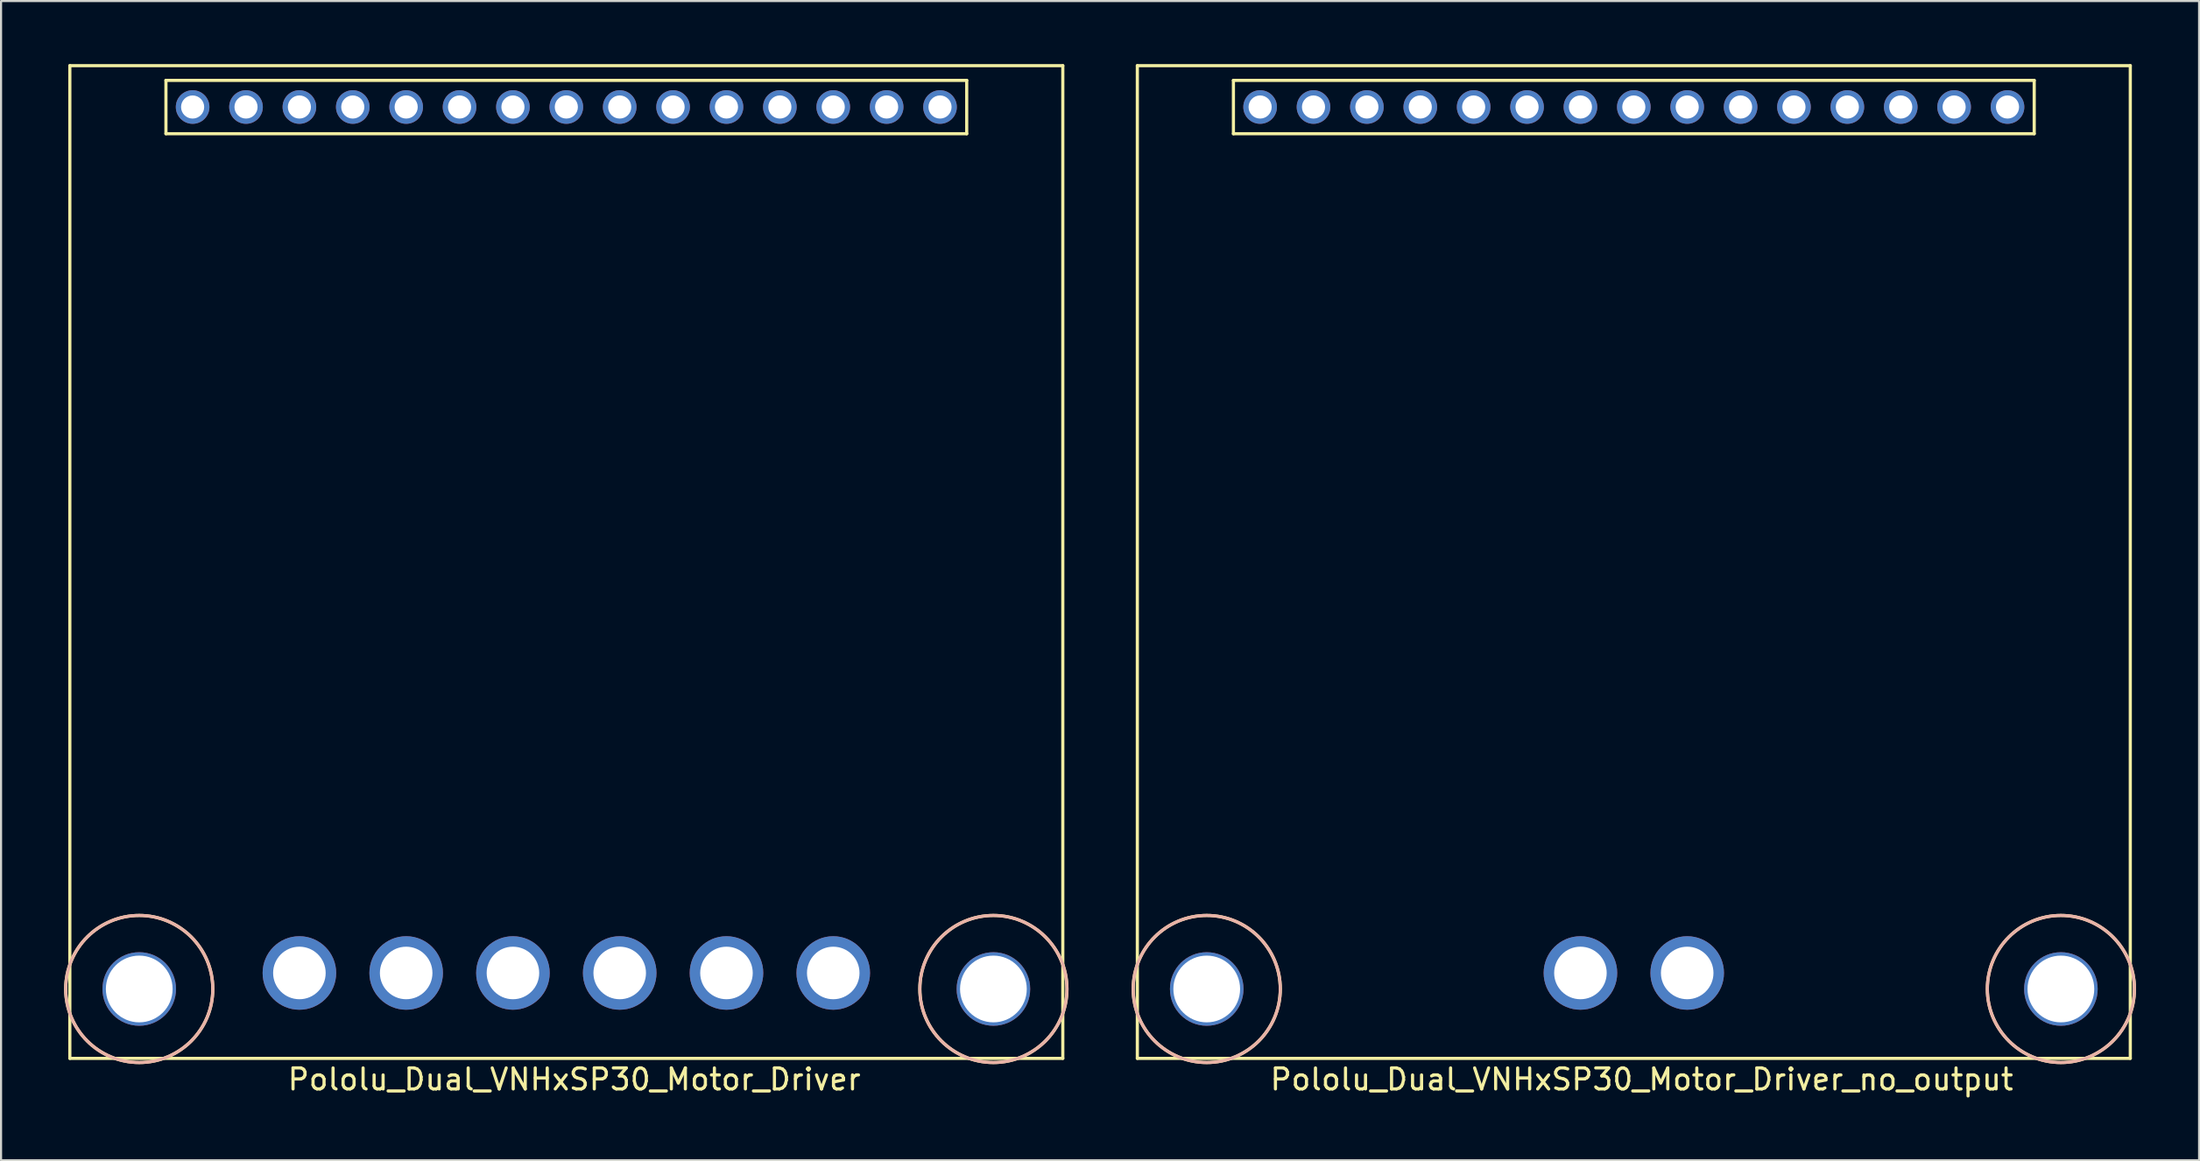
<source format=kicad_pcb>
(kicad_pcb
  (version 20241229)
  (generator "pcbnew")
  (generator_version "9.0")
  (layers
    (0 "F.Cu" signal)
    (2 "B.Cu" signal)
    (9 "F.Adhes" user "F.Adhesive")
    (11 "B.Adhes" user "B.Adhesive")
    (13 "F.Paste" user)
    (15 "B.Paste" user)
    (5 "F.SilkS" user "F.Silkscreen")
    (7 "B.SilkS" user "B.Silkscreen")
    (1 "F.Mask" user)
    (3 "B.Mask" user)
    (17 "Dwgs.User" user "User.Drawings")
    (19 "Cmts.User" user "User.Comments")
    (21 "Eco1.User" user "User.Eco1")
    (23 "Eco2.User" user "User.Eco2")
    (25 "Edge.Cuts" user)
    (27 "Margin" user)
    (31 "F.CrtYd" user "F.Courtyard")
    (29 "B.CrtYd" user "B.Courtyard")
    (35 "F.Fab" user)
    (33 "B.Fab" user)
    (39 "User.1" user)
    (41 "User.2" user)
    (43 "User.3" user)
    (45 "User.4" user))
  (footprint "Pololu_Dual_VNHxSP30_Motor_Driver"
    (layer "F.Cu")
    (at 0.273 47.319)
    (property "Reference" "Pololu_Dual_VNHxSP30_Motor_Driver" (at 24 1 0) (layer "F.SilkS") (effects (font (size 1 1) (thickness 0.15))))
    (attr through_hole)
    (fp_line (start 0 -47.244) (end 0 0) (stroke (width 0.15) (type solid)) (layer "F.SilkS"))
    (fp_line (start 0 0) (end 47.244 0) (stroke (width 0.15) (type solid)) (layer "F.SilkS"))
    (fp_line (start 4.572 -46.545) (end 4.572 -44.005) (stroke (width 0.15) (type solid)) (layer "F.SilkS"))
    (fp_line (start 4.572 -44.005) (end 42.672 -44.005) (stroke (width 0.15) (type solid)) (layer "F.SilkS"))
    (fp_line (start 42.672 -46.545) (end 4.572 -46.545) (stroke (width 0.15) (type solid)) (layer "F.SilkS"))
    (fp_line (start 42.672 -44.005) (end 42.672 -46.545) (stroke (width 0.15) (type solid)) (layer "F.SilkS"))
    (fp_line (start 47.244 -47.244) (end 0 -47.244) (stroke (width 0.15) (type solid)) (layer "F.SilkS"))
    (fp_line (start 47.244 0) (end 47.244 -47.244) (stroke (width 0.15) (type solid)) (layer "F.SilkS"))
    (fp_circle (center 3.302 -3.302) (end 3.302 -6.802) (stroke (width 0.15) (type solid)) (fill no) (layer "F.SilkS"))
    (fp_circle (center 43.942 -3.302) (end 43.942 -6.802) (stroke (width 0.15) (type solid)) (fill no) (layer "F.SilkS"))
    (fp_circle (center 3.302 -3.302) (end 3.302 -6.802) (stroke (width 0.15) (type solid)) (fill no) (layer "B.SilkS"))
    (fp_circle (center 43.942 -3.302) (end 43.942 -6.802) (stroke (width 0.15) (type solid)) (fill no) (layer "B.SilkS"))
    (pad "" thru_hole circle (at 3.302 -3.302) (size 3.5 3.5) (drill 3.175) (layers "*.Cu" "*.Mask"))
    (pad "" thru_hole circle (at 43.942 -3.302) (size 3.5 3.5) (drill 3.175) (layers "*.Cu" "*.Mask"))
    (pad "1" thru_hole circle (at 41.402 -45.276) (size 1.6 1.6) (drill 1.1) (layers "*.Cu" "*.Mask"))
    (pad "2" thru_hole circle (at 38.862 -45.276) (size 1.6 1.6) (drill 1.1) (layers "*.Cu" "*.Mask"))
    (pad "3" thru_hole circle (at 36.322 -45.276) (size 1.6 1.6) (drill 1.1) (layers "*.Cu" "*.Mask"))
    (pad "4" thru_hole circle (at 33.782 -45.276) (size 1.6 1.6) (drill 1.1) (layers "*.Cu" "*.Mask"))
    (pad "5" thru_hole circle (at 31.242 -45.276) (size 1.6 1.6) (drill 1.1) (layers "*.Cu" "*.Mask"))
    (pad "6" thru_hole circle (at 28.702 -45.276) (size 1.6 1.6) (drill 1.1) (layers "*.Cu" "*.Mask"))
    (pad "7" thru_hole circle (at 26.162 -45.276) (size 1.6 1.6) (drill 1.1) (layers "*.Cu" "*.Mask"))
    (pad "8" thru_hole circle (at 23.622 -45.276) (size 1.6 1.6) (drill 1.1) (layers "*.Cu" "*.Mask"))
    (pad "9" thru_hole circle (at 21.082 -45.276) (size 1.6 1.6) (drill 1.1) (layers "*.Cu" "*.Mask"))
    (pad "10" thru_hole circle (at 18.542 -45.276) (size 1.6 1.6) (drill 1.1) (layers "*.Cu" "*.Mask"))
    (pad "11" thru_hole circle (at 16.002 -45.276) (size 1.6 1.6) (drill 1.1) (layers "*.Cu" "*.Mask"))
    (pad "12" thru_hole circle (at 13.462 -45.276) (size 1.6 1.6) (drill 1.1) (layers "*.Cu" "*.Mask"))
    (pad "13" thru_hole circle (at 10.922 -45.276) (size 1.6 1.6) (drill 1.1) (layers "*.Cu" "*.Mask"))
    (pad "14" thru_hole circle (at 8.382 -45.276) (size 1.6 1.6) (drill 1.1) (layers "*.Cu" "*.Mask"))
    (pad "15" thru_hole circle (at 5.842 -45.276) (size 1.6 1.6) (drill 1.1) (layers "*.Cu" "*.Mask"))
    (pad "16" thru_hole circle (at 36.322 -4.064) (size 3.5 3.5) (drill 2.5) (layers "*.Cu" "*.Mask"))
    (pad "17" thru_hole circle (at 31.242 -4.064) (size 3.5 3.5) (drill 2.5) (layers "*.Cu" "*.Mask"))
    (pad "18" thru_hole circle (at 26.162 -4.064) (size 3.5 3.5) (drill 2.5) (layers "*.Cu" "*.Mask"))
    (pad "19" thru_hole circle (at 21.082 -4.064) (size 3.5 3.5) (drill 2.5) (layers "*.Cu" "*.Mask"))
    (pad "20" thru_hole circle (at 16.002 -4.064) (size 3.5 3.5) (drill 2.5) (layers "*.Cu" "*.Mask"))
    (pad "21" thru_hole circle (at 10.922 -4.064) (size 3.5 3.5) (drill 2.5) (layers "*.Cu" "*.Mask")))
  (footprint "Pololu_Dual_VNHxSP30_Motor_Driver_no_output"
    (layer "F.Cu")
    (at 51.063 47.319)
    (property "Reference" "Pololu_Dual_VNHxSP30_Motor_Driver_no_output" (at 24 1 0) (layer "F.SilkS") (effects (font (size 1 1) (thickness 0.15))))
    (attr through_hole)
    (fp_line (start 0 -47.244) (end 0 0) (stroke (width 0.15) (type solid)) (layer "F.SilkS"))
    (fp_line (start 0 0) (end 47.244 0) (stroke (width 0.15) (type solid)) (layer "F.SilkS"))
    (fp_line (start 4.572 -46.545) (end 4.572 -44.005) (stroke (width 0.15) (type solid)) (layer "F.SilkS"))
    (fp_line (start 4.572 -44.005) (end 42.672 -44.005) (stroke (width 0.15) (type solid)) (layer "F.SilkS"))
    (fp_line (start 42.672 -46.545) (end 4.572 -46.545) (stroke (width 0.15) (type solid)) (layer "F.SilkS"))
    (fp_line (start 42.672 -44.005) (end 42.672 -46.545) (stroke (width 0.15) (type solid)) (layer "F.SilkS"))
    (fp_line (start 47.244 -47.244) (end 0 -47.244) (stroke (width 0.15) (type solid)) (layer "F.SilkS"))
    (fp_line (start 47.244 0) (end 47.244 -47.244) (stroke (width 0.15) (type solid)) (layer "F.SilkS"))
    (fp_circle (center 3.302 -3.302) (end 3.302 -6.802) (stroke (width 0.15) (type solid)) (fill no) (layer "F.SilkS"))
    (fp_circle (center 43.942 -3.302) (end 43.942 -6.802) (stroke (width 0.15) (type solid)) (fill no) (layer "F.SilkS"))
    (fp_circle (center 3.302 -3.302) (end 3.302 -6.802) (stroke (width 0.15) (type solid)) (fill no) (layer "B.SilkS"))
    (fp_circle (center 43.942 -3.302) (end 43.942 -6.802) (stroke (width 0.15) (type solid)) (fill no) (layer "B.SilkS"))
    (pad "" thru_hole circle (at 3.302 -3.302) (size 3.5 3.5) (drill 3.175) (layers "*.Cu" "*.Mask"))
    (pad "" thru_hole circle (at 43.942 -3.302) (size 3.5 3.5) (drill 3.175) (layers "*.Cu" "*.Mask"))
    (pad "1" thru_hole circle (at 41.402 -45.276) (size 1.6 1.6) (drill 1.1) (layers "*.Cu" "*.Mask"))
    (pad "2" thru_hole circle (at 38.862 -45.276) (size 1.6 1.6) (drill 1.1) (layers "*.Cu" "*.Mask"))
    (pad "3" thru_hole circle (at 36.322 -45.276) (size 1.6 1.6) (drill 1.1) (layers "*.Cu" "*.Mask"))
    (pad "4" thru_hole circle (at 33.782 -45.276) (size 1.6 1.6) (drill 1.1) (layers "*.Cu" "*.Mask"))
    (pad "5" thru_hole circle (at 31.242 -45.276) (size 1.6 1.6) (drill 1.1) (layers "*.Cu" "*.Mask"))
    (pad "6" thru_hole circle (at 28.702 -45.276) (size 1.6 1.6) (drill 1.1) (layers "*.Cu" "*.Mask"))
    (pad "7" thru_hole circle (at 26.162 -45.276) (size 1.6 1.6) (drill 1.1) (layers "*.Cu" "*.Mask"))
    (pad "8" thru_hole circle (at 23.622 -45.276) (size 1.6 1.6) (drill 1.1) (layers "*.Cu" "*.Mask"))
    (pad "9" thru_hole circle (at 21.082 -45.276) (size 1.6 1.6) (drill 1.1) (layers "*.Cu" "*.Mask"))
    (pad "10" thru_hole circle (at 18.542 -45.276) (size 1.6 1.6) (drill 1.1) (layers "*.Cu" "*.Mask"))
    (pad "11" thru_hole circle (at 16.002 -45.276) (size 1.6 1.6) (drill 1.1) (layers "*.Cu" "*.Mask"))
    (pad "12" thru_hole circle (at 13.462 -45.276) (size 1.6 1.6) (drill 1.1) (layers "*.Cu" "*.Mask"))
    (pad "13" thru_hole circle (at 10.922 -45.276) (size 1.6 1.6) (drill 1.1) (layers "*.Cu" "*.Mask"))
    (pad "14" thru_hole circle (at 8.382 -45.276) (size 1.6 1.6) (drill 1.1) (layers "*.Cu" "*.Mask"))
    (pad "15" thru_hole circle (at 5.842 -45.276) (size 1.6 1.6) (drill 1.1) (layers "*.Cu" "*.Mask"))
    (pad "18" thru_hole circle (at 26.162 -4.064) (size 3.5 3.5) (drill 2.5) (layers "*.Cu" "*.Mask"))
    (pad "19" thru_hole circle (at 21.082 -4.064) (size 3.5 3.5) (drill 2.5) (layers "*.Cu" "*.Mask")))
  (gr_rect
    (start -3 -3)
    (end 101.58 52.167)
    (stroke (width 0.1) (type default))
    (fill no)
    (layer "Edge.Cuts")))
</source>
